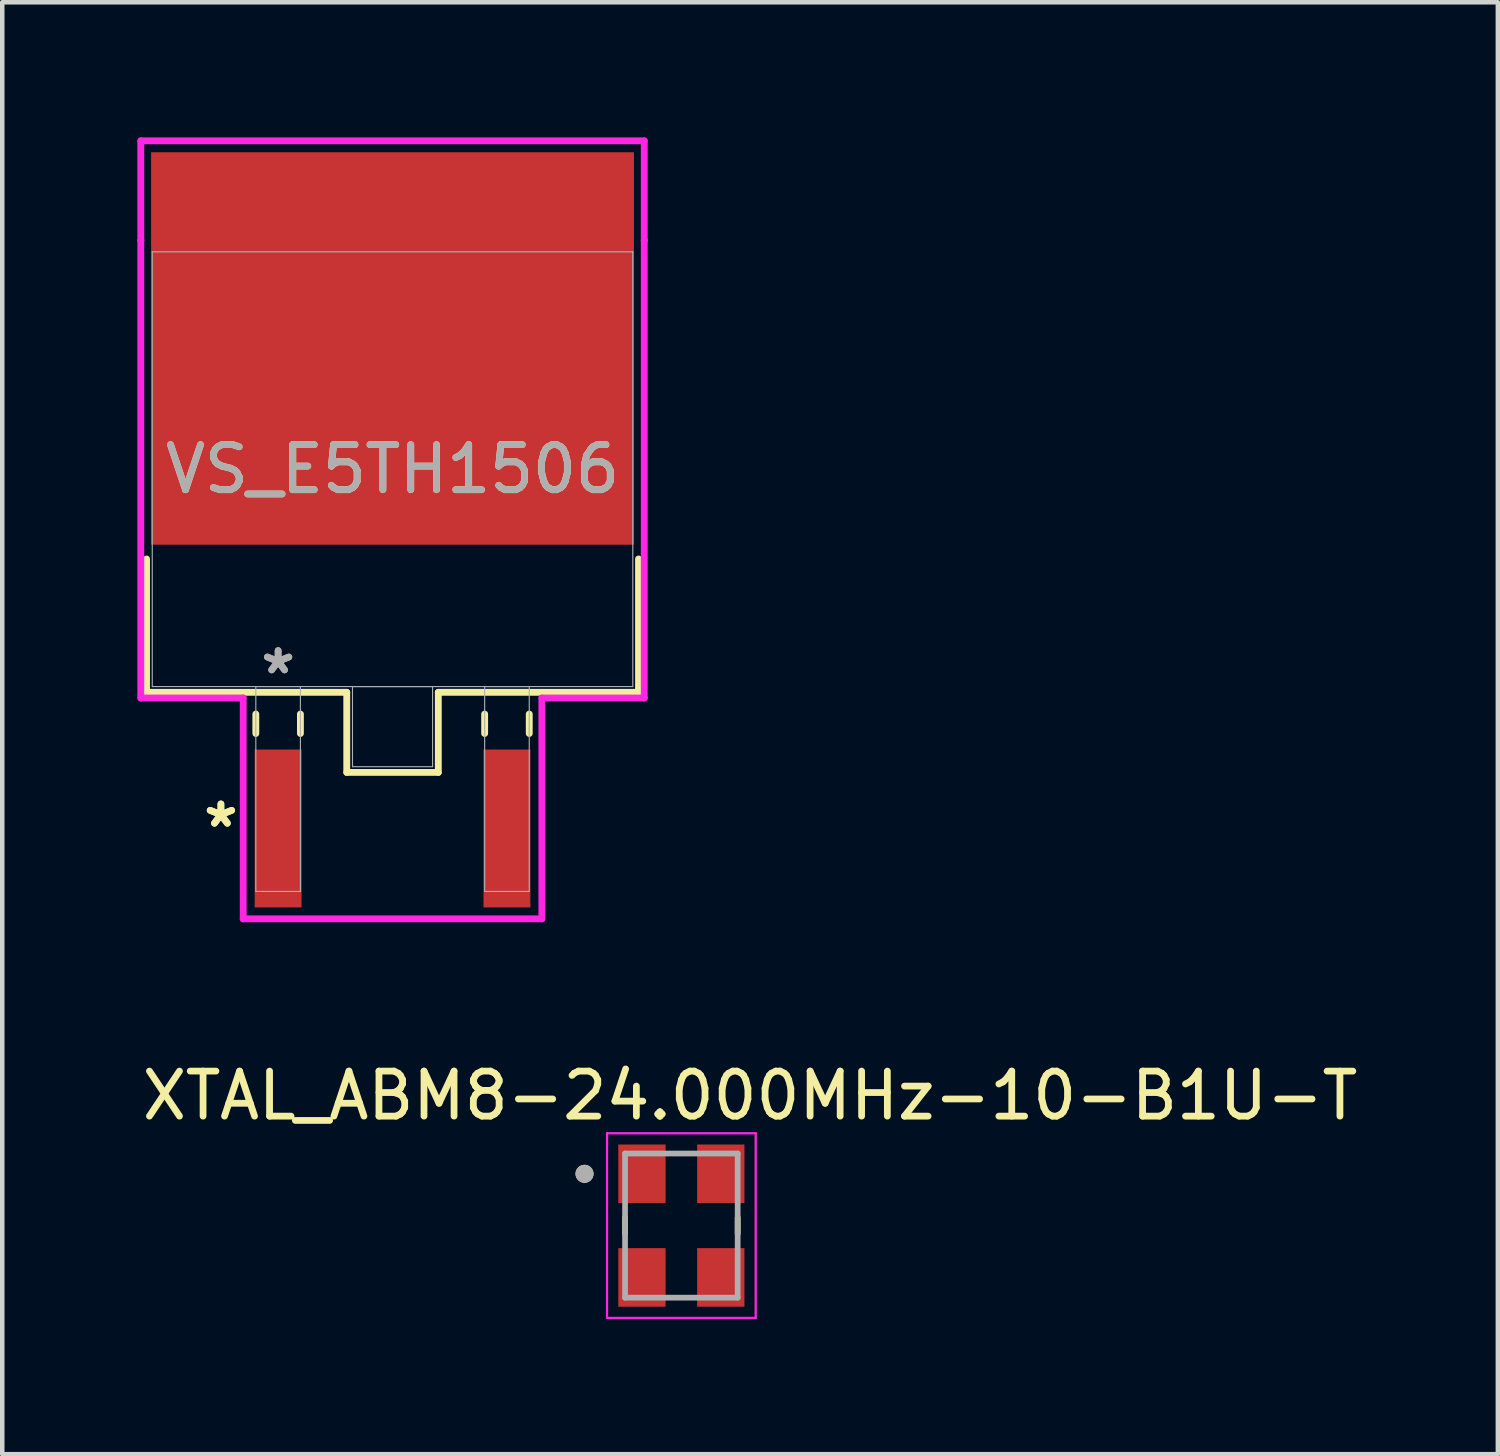
<source format=kicad_pcb>
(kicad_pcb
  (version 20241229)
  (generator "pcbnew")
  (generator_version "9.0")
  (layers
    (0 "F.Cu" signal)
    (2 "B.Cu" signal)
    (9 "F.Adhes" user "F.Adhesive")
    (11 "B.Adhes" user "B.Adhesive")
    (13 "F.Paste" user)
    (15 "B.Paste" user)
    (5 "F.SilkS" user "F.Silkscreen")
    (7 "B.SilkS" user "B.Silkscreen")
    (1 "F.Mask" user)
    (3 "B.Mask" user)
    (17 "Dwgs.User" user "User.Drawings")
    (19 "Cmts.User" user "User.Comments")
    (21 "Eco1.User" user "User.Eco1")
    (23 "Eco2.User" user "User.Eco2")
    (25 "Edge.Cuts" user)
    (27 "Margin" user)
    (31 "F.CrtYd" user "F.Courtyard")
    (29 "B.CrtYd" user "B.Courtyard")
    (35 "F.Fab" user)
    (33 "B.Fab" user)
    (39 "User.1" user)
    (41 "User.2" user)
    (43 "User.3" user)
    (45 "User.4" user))
  (footprint "VS_E5TH1506"
    (layer "F.Cu")
    (at 5.664 7.366)
    (property "Reference" "VS_E5TH1506" (at 0 0 0) (unlocked yes) (layer "F.SilkS") (effects (font (size 1 1) (thickness 0.15))))
    (attr smd)
    (fp_line (start -5.461 1.993) (end -5.461 4.953) (stroke (width 0.152) (type solid)) (layer "F.SilkS"))
    (fp_line (start -5.461 4.953) (end -1.016 4.953) (stroke (width 0.152) (type solid)) (layer "F.SilkS"))
    (fp_line (start -3.035 5.436) (end -3.035 5.867) (stroke (width 0.152) (type solid)) (layer "F.SilkS"))
    (fp_line (start -2.045 5.436) (end -2.045 5.867) (stroke (width 0.152) (type solid)) (layer "F.SilkS"))
    (fp_line (start -1.016 4.953) (end -1.016 6.731) (stroke (width 0.152) (type solid)) (layer "F.SilkS"))
    (fp_line (start -1.016 6.731) (end 1.016 6.731) (stroke (width 0.152) (type solid)) (layer "F.SilkS"))
    (fp_line (start 1.016 4.953) (end 5.461 4.953) (stroke (width 0.152) (type solid)) (layer "F.SilkS"))
    (fp_line (start 1.016 6.731) (end 1.016 4.953) (stroke (width 0.152) (type solid)) (layer "F.SilkS"))
    (fp_line (start 2.045 5.436) (end 2.045 5.867) (stroke (width 0.152) (type solid)) (layer "F.SilkS"))
    (fp_line (start 3.035 5.436) (end 3.035 5.867) (stroke (width 0.152) (type solid)) (layer "F.SilkS"))
    (fp_line (start 5.461 4.953) (end 5.461 1.993) (stroke (width 0.152) (type solid)) (layer "F.SilkS"))
    (fp_line (start -5.588 -7.29) (end 5.588 -7.29) (stroke (width 0.152) (type solid)) (layer "F.CrtYd"))
    (fp_line (start -5.588 -5.08) (end -5.588 -7.29) (stroke (width 0.152) (type solid)) (layer "F.CrtYd"))
    (fp_line (start -5.588 -5.08) (end -5.588 -5.08) (stroke (width 0.152) (type solid)) (layer "F.CrtYd"))
    (fp_line (start -5.588 5.08) (end -5.588 -5.08) (stroke (width 0.152) (type solid)) (layer "F.CrtYd"))
    (fp_line (start -3.315 5.08) (end -5.588 5.08) (stroke (width 0.152) (type solid)) (layer "F.CrtYd"))
    (fp_line (start -3.315 9.982) (end -3.315 5.08) (stroke (width 0.152) (type solid)) (layer "F.CrtYd"))
    (fp_line (start 3.315 5.08) (end 3.315 9.982) (stroke (width 0.152) (type solid)) (layer "F.CrtYd"))
    (fp_line (start 3.315 9.982) (end -3.315 9.982) (stroke (width 0.152) (type solid)) (layer "F.CrtYd"))
    (fp_line (start 5.588 -7.29) (end 5.588 -5.08) (stroke (width 0.152) (type solid)) (layer "F.CrtYd"))
    (fp_line (start 5.588 -5.08) (end 5.588 -5.08) (stroke (width 0.152) (type solid)) (layer "F.CrtYd"))
    (fp_line (start 5.588 -5.08) (end 5.588 5.08) (stroke (width 0.152) (type solid)) (layer "F.CrtYd"))
    (fp_line (start 5.588 5.08) (end 3.315 5.08) (stroke (width 0.152) (type solid)) (layer "F.CrtYd"))
    (fp_line (start -5.334 -4.826) (end -5.334 4.826) (stroke (width 0.025) (type solid)) (layer "F.Fab"))
    (fp_line (start -5.334 4.826) (end 5.334 4.826) (stroke (width 0.025) (type solid)) (layer "F.Fab"))
    (fp_line (start -3.035 4.826) (end -3.035 9.373) (stroke (width 0.025) (type solid)) (layer "F.Fab"))
    (fp_line (start -3.035 9.373) (end -2.045 9.373) (stroke (width 0.025) (type solid)) (layer "F.Fab"))
    (fp_line (start -2.045 4.826) (end -3.035 4.826) (stroke (width 0.025) (type solid)) (layer "F.Fab"))
    (fp_line (start -2.045 9.373) (end -2.045 4.826) (stroke (width 0.025) (type solid)) (layer "F.Fab"))
    (fp_line (start -0.889 4.826) (end -0.889 6.604) (stroke (width 0.025) (type solid)) (layer "F.Fab"))
    (fp_line (start -0.889 6.604) (end 0.889 6.604) (stroke (width 0.025) (type solid)) (layer "F.Fab"))
    (fp_line (start 0.889 4.826) (end -0.889 4.826) (stroke (width 0.025) (type solid)) (layer "F.Fab"))
    (fp_line (start 0.889 6.604) (end 0.889 4.826) (stroke (width 0.025) (type solid)) (layer "F.Fab"))
    (fp_line (start 2.045 4.826) (end 2.045 9.373) (stroke (width 0.025) (type solid)) (layer "F.Fab"))
    (fp_line (start 2.045 9.373) (end 3.035 9.373) (stroke (width 0.025) (type solid)) (layer "F.Fab"))
    (fp_line (start 3.035 4.826) (end 2.045 4.826) (stroke (width 0.025) (type solid)) (layer "F.Fab"))
    (fp_line (start 3.035 9.373) (end 3.035 4.826) (stroke (width 0.025) (type solid)) (layer "F.Fab"))
    (fp_line (start 5.334 -4.826) (end -5.334 -4.826) (stroke (width 0.025) (type solid)) (layer "F.Fab"))
    (fp_line (start 5.334 4.826) (end 5.334 -4.826) (stroke (width 0.025) (type solid)) (layer "F.Fab"))
    (fp_text user "*" (at -3.81 7.976 0) (unlocked yes) (layer "F.SilkS") (effects (font (size 1 1) (thickness 0.15))))
    (fp_text user "*" (at -3.81 7.976 0) (layer "F.SilkS") (effects (font (size 1 1) (thickness 0.15))))
    (fp_text user "${REFERENCE}" (at 0 0 0) (unlocked yes) (layer "F.Fab") (effects (font (size 1 1) (thickness 0.15))))
    (fp_text user "*" (at -2.54 4.572 0) (layer "F.Fab") (effects (font (size 1 1) (thickness 0.15))))
    (fp_text user "*" (at -2.54 4.572 0) (unlocked yes) (layer "F.Fab") (effects (font (size 1 1) (thickness 0.15))))
    (pad "1" smd rect (at -2.54 7.976) (size 1.041 3.505) (layers "F.Cu" "F.Mask" "F.Paste"))
    (pad "3" smd rect (at 2.54 7.976) (size 1.041 3.505) (layers "F.Cu" "F.Mask" "F.Paste"))
    (pad "4" smd rect (at 0 -2.68) (size 10.719 8.712) (layers "F.Cu" "F.Mask" "F.Paste")))
  (footprint "XTAL_ABM8-24.000MHz-10-B1U-T"
    (layer "F.Cu")
    (at 12.076 24.158)
    (property "Reference" "XTAL_ABM8-24.000MHz-10-B1U-T" (at 1.525 -2.885 0) (layer "F.SilkS") (effects (font (size 1 1) (thickness 0.15))))
    (attr smd)
    (fp_line (start -1.25 -0.18) (end -1.25 0.18) (stroke (width 0.127) (type solid)) (layer "F.SilkS"))
    (fp_line (start 1.25 -0.18) (end 1.25 0.18) (stroke (width 0.127) (type solid)) (layer "F.SilkS"))
    (fp_circle (center -2.15 -1.15) (end -2.05 -1.15) (stroke (width 0.2) (type solid)) (fill no) (layer "F.SilkS"))
    (fp_line (start -1.65 -2.05) (end -1.65 2.05) (stroke (width 0.05) (type solid)) (layer "F.CrtYd"))
    (fp_line (start -1.65 -2.05) (end 1.65 -2.05) (stroke (width 0.05) (type solid)) (layer "F.CrtYd"))
    (fp_line (start 1.65 -2.05) (end 1.65 2.05) (stroke (width 0.05) (type solid)) (layer "F.CrtYd"))
    (fp_line (start 1.65 2.05) (end -1.65 2.05) (stroke (width 0.05) (type solid)) (layer "F.CrtYd"))
    (fp_line (start -1.25 -1.6) (end -1.25 1.6) (stroke (width 0.127) (type solid)) (layer "F.Fab"))
    (fp_line (start -1.25 -1.6) (end 1.25 -1.6) (stroke (width 0.127) (type solid)) (layer "F.Fab"))
    (fp_line (start 1.25 -1.6) (end 1.25 1.6) (stroke (width 0.127) (type solid)) (layer "F.Fab"))
    (fp_line (start 1.25 1.6) (end -1.25 1.6) (stroke (width 0.127) (type solid)) (layer "F.Fab"))
    (fp_circle (center -2.15 -1.15) (end -2.05 -1.15) (stroke (width 0.2) (type solid)) (fill no) (layer "F.Fab"))
    (pad "1" smd rect (at -0.875 -1.15) (size 1.05 1.3) (layers "F.Cu" "F.Mask" "F.Paste"))
    (pad "2" smd rect (at -0.875 1.15) (size 1.05 1.3) (layers "F.Cu" "F.Mask" "F.Paste"))
    (pad "3" smd rect (at 0.875 1.15) (size 1.05 1.3) (layers "F.Cu" "F.Mask" "F.Paste"))
    (pad "4" smd rect (at 0.875 -1.15) (size 1.05 1.3) (layers "F.Cu" "F.Mask" "F.Paste")))
  (gr_rect
    (start -3 -3)
    (end 30.202 29.233)
    (stroke (width 0.1) (type default))
    (fill no)
    (layer "Edge.Cuts")))
</source>
